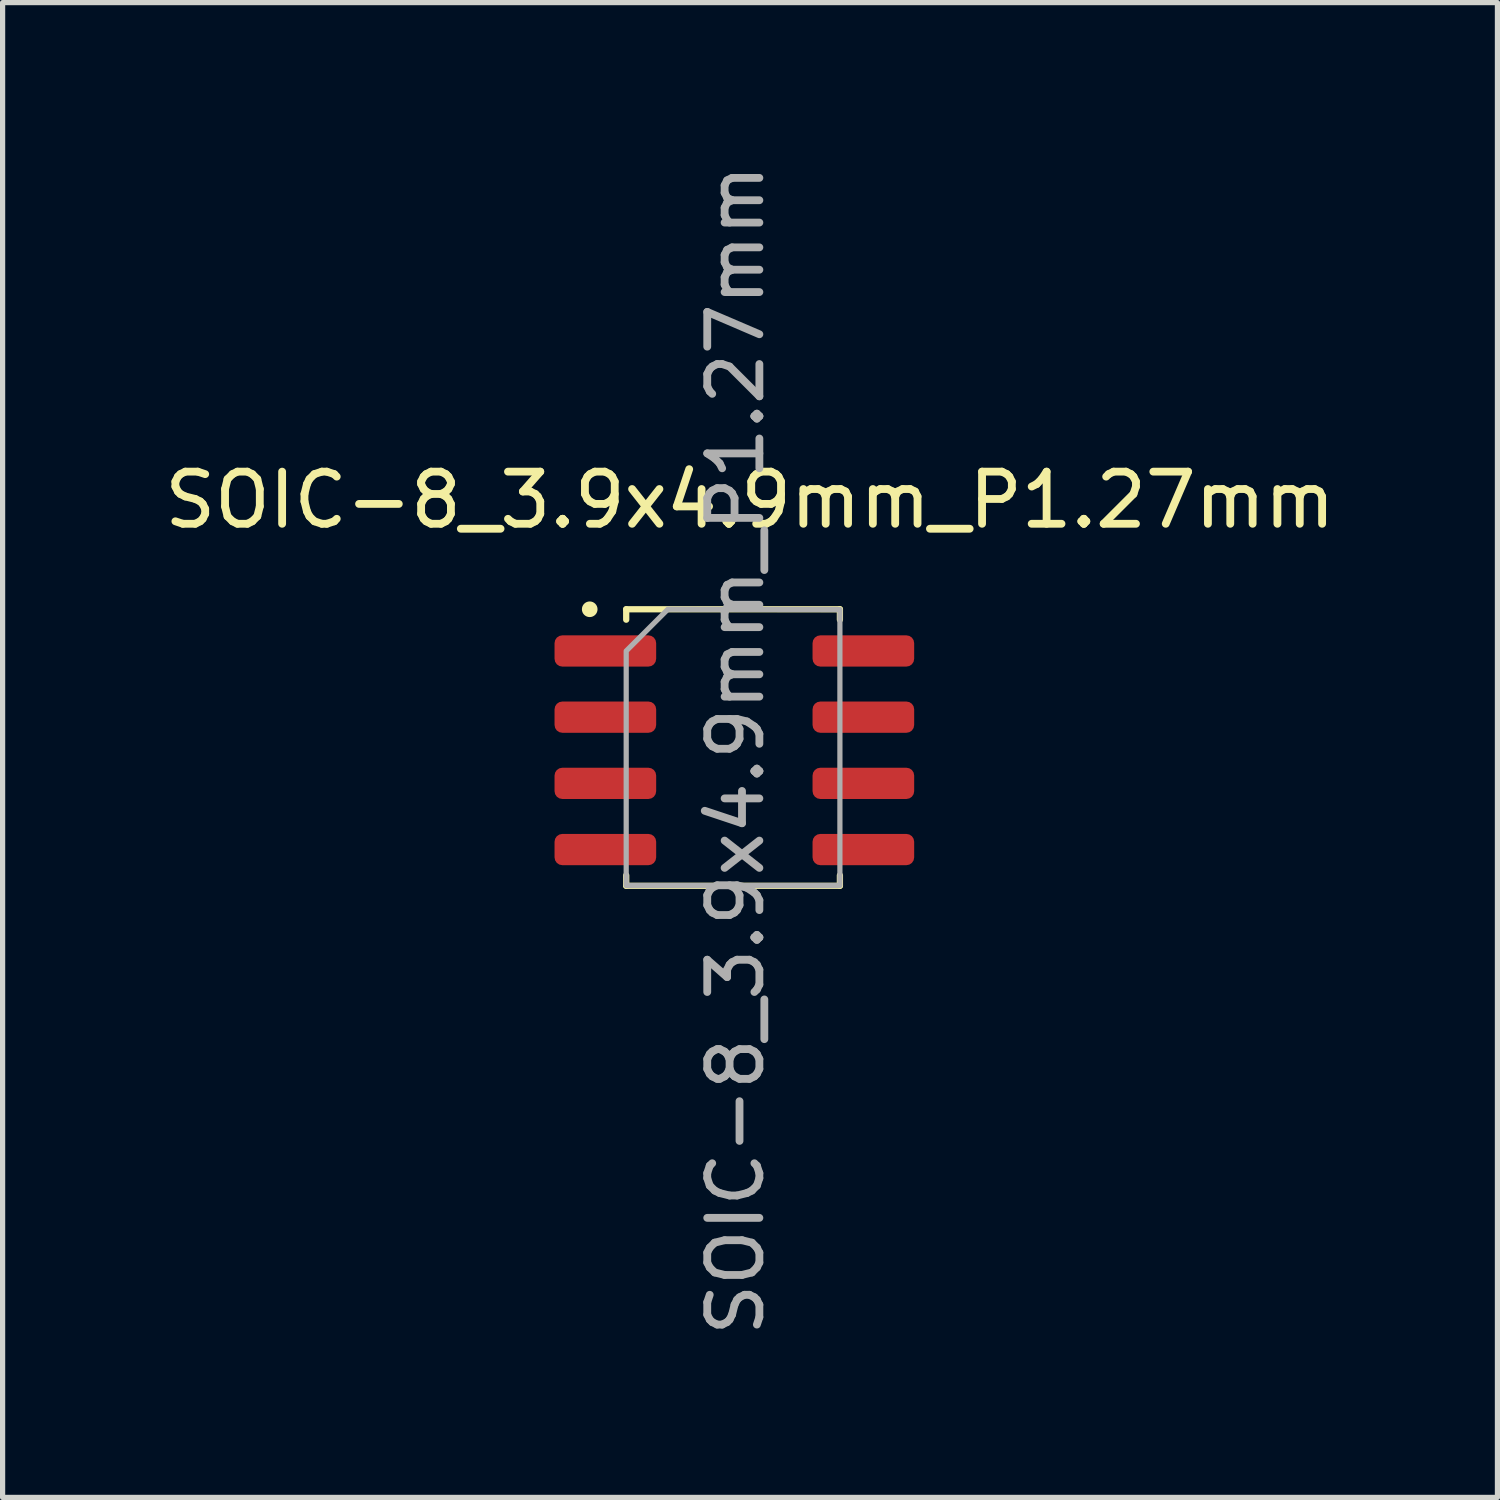
<source format=kicad_pcb>
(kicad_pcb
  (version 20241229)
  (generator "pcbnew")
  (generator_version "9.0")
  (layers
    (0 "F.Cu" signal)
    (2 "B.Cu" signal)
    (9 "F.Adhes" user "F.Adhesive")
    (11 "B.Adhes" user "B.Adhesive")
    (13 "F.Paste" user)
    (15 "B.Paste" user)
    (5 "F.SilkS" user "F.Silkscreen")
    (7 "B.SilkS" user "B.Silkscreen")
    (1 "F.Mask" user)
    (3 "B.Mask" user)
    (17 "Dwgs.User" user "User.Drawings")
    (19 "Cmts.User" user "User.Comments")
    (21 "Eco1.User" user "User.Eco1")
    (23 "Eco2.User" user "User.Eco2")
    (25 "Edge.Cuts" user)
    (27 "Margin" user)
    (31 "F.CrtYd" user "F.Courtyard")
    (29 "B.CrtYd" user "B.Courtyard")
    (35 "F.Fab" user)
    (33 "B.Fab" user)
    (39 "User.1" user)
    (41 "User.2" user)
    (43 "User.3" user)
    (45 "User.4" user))
  (footprint "SOIC-8_3.9x4.9mm_P1.27mm"
    (layer "F.Cu")
    (at 11.039 11.349)
    (property "Reference" "SOIC-8_3.9x4.9mm_P1.27mm" (at 0.3 -4.805 0) (layer "F.SilkS") (effects (font (size 1 1) (thickness 0.15))))
    (attr smd)
    (fp_line (start -2.075 -2.71) (end 2.025 -2.71) (stroke (width 0.12) (type solid)) (layer "F.SilkS"))
    (fp_line (start -2.075 -2.51) (end -2.075 -2.71) (stroke (width 0.12) (type solid)) (layer "F.SilkS"))
    (fp_line (start -2.075 2.595) (end -2.075 2.395) (stroke (width 0.12) (type solid)) (layer "F.SilkS"))
    (fp_line (start 2.025 -2.71) (end 2.025 -2.51) (stroke (width 0.12) (type solid)) (layer "F.SilkS"))
    (fp_line (start 2.025 2.395) (end 2.025 2.595) (stroke (width 0.12) (type solid)) (layer "F.SilkS"))
    (fp_line (start 2.025 2.595) (end -2.075 2.595) (stroke (width 0.12) (type solid)) (layer "F.SilkS"))
    (fp_circle (center -2.775 -2.71) (end -2.775 -2.61) (stroke (width 0.1) (type default)) (fill yes) (layer "F.SilkS"))
    (fp_poly (pts (xy -2.075 -1.91) (xy -2.075 2.59) (xy 2.025 2.59) (xy 2.025 -2.705) (xy -1.275 -2.71)) (stroke (width 0.1) (type solid)) (fill no) (layer "F.Fab"))
    (fp_text user "${REFERENCE}" (at 0.025 -0.01 90) (layer "F.Fab") (effects (font (size 1 1) (thickness 0.15))))
    (pad "1" smd roundrect (at -2.475 -1.91) (size 1.95 0.6) (layers "F.Cu" "F.Mask" "F.Paste") (roundrect_rratio 0.25))
    (pad "2" smd roundrect (at -2.475 -0.64) (size 1.95 0.6) (layers "F.Cu" "F.Mask" "F.Paste") (roundrect_rratio 0.25))
    (pad "3" smd roundrect (at -2.475 0.63) (size 1.95 0.6) (layers "F.Cu" "F.Mask" "F.Paste") (roundrect_rratio 0.25))
    (pad "4" smd roundrect (at -2.475 1.9) (size 1.95 0.6) (layers "F.Cu" "F.Mask" "F.Paste") (roundrect_rratio 0.25))
    (pad "5" smd roundrect (at 2.475 1.9) (size 1.95 0.6) (layers "F.Cu" "F.Mask" "F.Paste") (roundrect_rratio 0.25))
    (pad "6" smd roundrect (at 2.475 0.63) (size 1.95 0.6) (layers "F.Cu" "F.Mask" "F.Paste") (roundrect_rratio 0.25))
    (pad "7" smd roundrect (at 2.475 -0.64) (size 1.95 0.6) (layers "F.Cu" "F.Mask" "F.Paste") (roundrect_rratio 0.25))
    (pad "8" smd roundrect (at 2.475 -1.91) (size 1.95 0.6) (layers "F.Cu" "F.Mask" "F.Paste") (roundrect_rratio 0.25)))
  (gr_rect
    (start -3 -3)
    (end 25.679 25.679)
    (stroke (width 0.1) (type default))
    (fill no)
    (layer "Edge.Cuts")))
</source>
